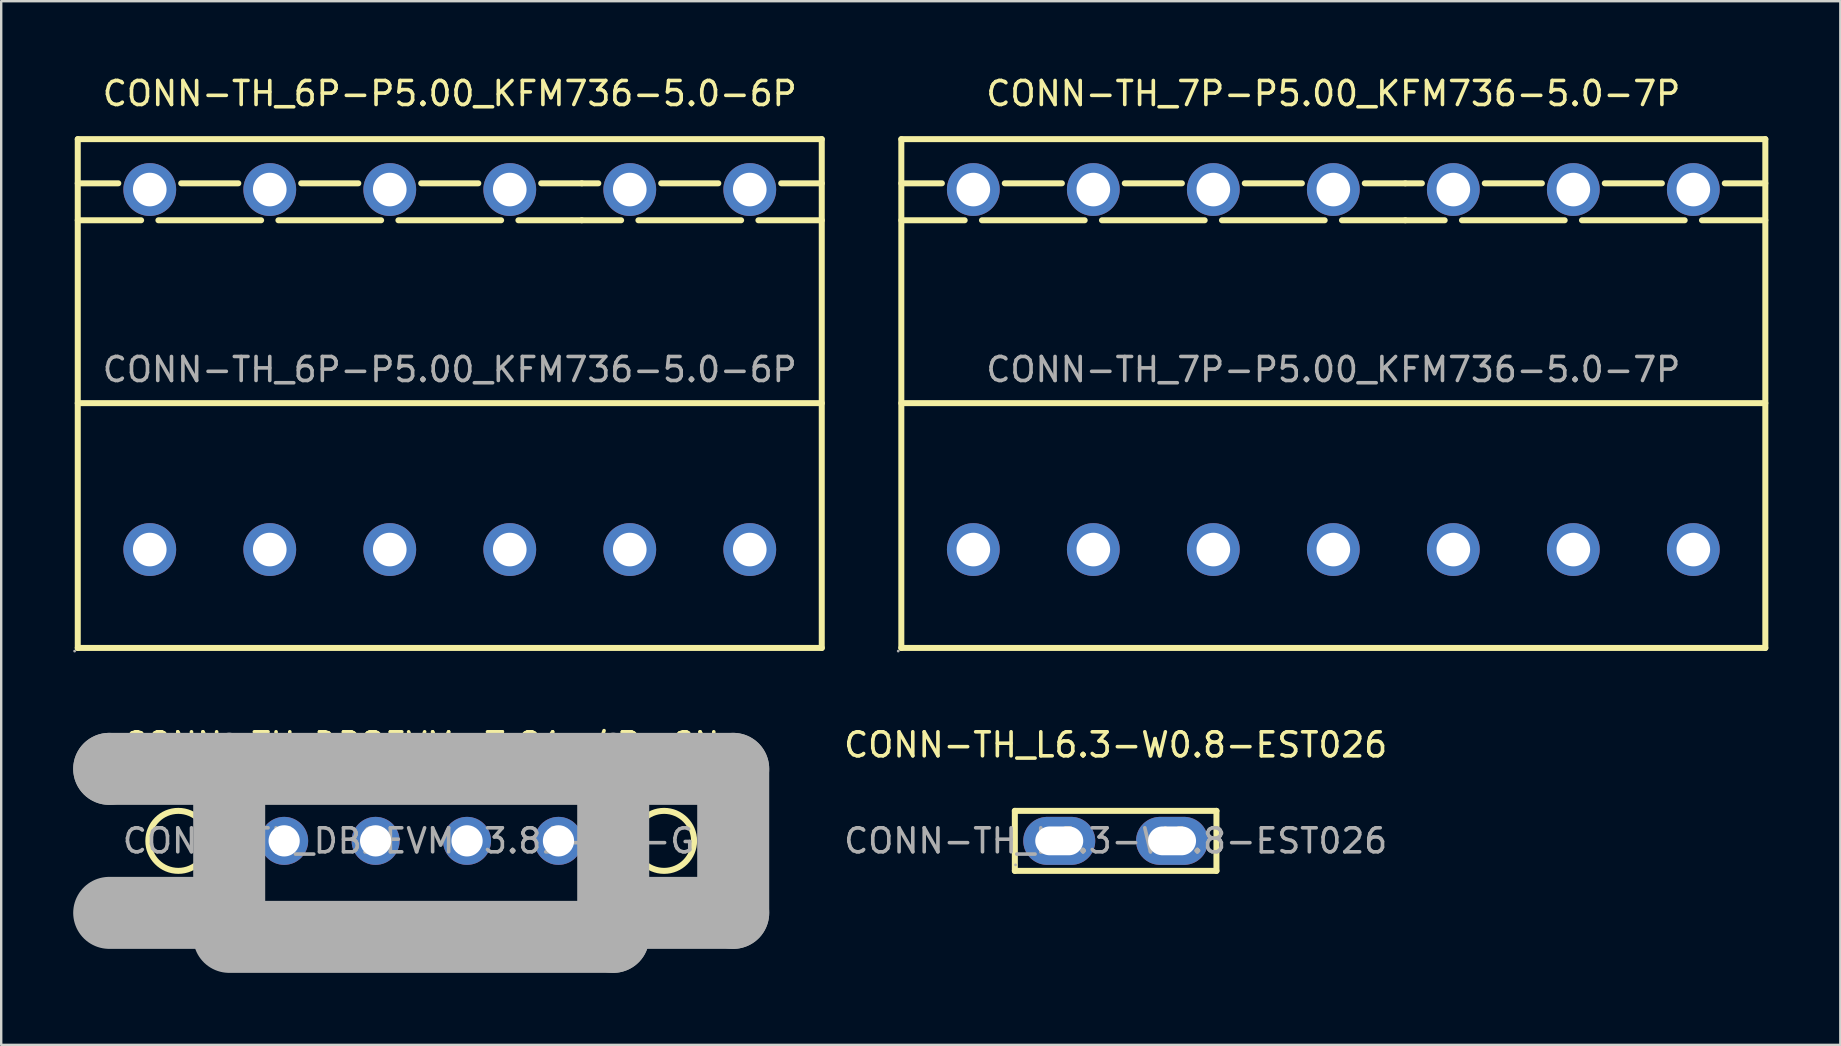
<source format=kicad_pcb>
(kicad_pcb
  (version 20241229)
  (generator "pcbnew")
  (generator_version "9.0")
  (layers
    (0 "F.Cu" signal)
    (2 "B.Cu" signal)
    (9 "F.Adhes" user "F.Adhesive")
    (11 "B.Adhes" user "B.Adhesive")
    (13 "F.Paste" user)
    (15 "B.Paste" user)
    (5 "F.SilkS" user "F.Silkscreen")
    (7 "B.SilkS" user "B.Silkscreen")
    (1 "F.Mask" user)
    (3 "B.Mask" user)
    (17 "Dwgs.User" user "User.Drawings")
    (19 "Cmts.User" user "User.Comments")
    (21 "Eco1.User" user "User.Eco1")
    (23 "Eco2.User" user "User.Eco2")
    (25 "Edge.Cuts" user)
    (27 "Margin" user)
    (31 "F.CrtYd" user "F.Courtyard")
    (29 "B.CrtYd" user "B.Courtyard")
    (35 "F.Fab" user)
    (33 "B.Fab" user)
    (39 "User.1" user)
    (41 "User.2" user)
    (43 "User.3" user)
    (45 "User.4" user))
  (footprint "CONN-TH_DB2EVM-3.81-4P-GN"
    (layer "F.Cu")
    (at 14.5 31.986)
    (property "Reference" "CONN-TH_DB2EVM-3.81-4P-GN" (at 0 -4 0) (layer "F.SilkS") (effects (font (size 1 1) (thickness 0.15))))
    (attr through_hole)
    (fp_circle (center -10.12 0) (end -8.87 0) (stroke (width 0.25) (type solid)) (fill no) (layer "F.SilkS"))
    (fp_circle (center 10.12 0) (end 11.37 0) (stroke (width 0.25) (type solid)) (fill no) (layer "F.SilkS"))
    (fp_line (start -13 -3) (end -13 -3) (stroke (width 3) (type solid)) (layer "F.Fab"))
    (fp_line (start -13 -3) (end -8 -3) (stroke (width 3) (type solid)) (layer "F.Fab"))
    (fp_line (start -8 -3) (end -8 -3) (stroke (width 3) (type solid)) (layer "F.Fab"))
    (fp_line (start -8 -3) (end -8 3) (stroke (width 3) (type solid)) (layer "F.Fab"))
    (fp_line (start -8 -3) (end 8 -3) (stroke (width 3) (type solid)) (layer "F.Fab"))
    (fp_line (start -8 3) (end -13 3) (stroke (width 3) (type solid)) (layer "F.Fab"))
    (fp_line (start 8 -3) (end 8 -3) (stroke (width 3) (type solid)) (layer "F.Fab"))
    (fp_line (start 8 -3) (end 8 4) (stroke (width 3) (type solid)) (layer "F.Fab"))
    (fp_line (start 8 -3) (end 13 -3) (stroke (width 3) (type solid)) (layer "F.Fab"))
    (fp_line (start 8 4) (end -8 4) (stroke (width 3) (type solid)) (layer "F.Fab"))
    (fp_line (start 13 -3) (end 13 3) (stroke (width 3) (type solid)) (layer "F.Fab"))
    (fp_line (start 13 3) (end 8 3) (stroke (width 3) (type solid)) (layer "F.Fab"))
    (fp_circle (center -13.13 4.13) (end -13.1 4.13) (stroke (width 0.06) (type solid)) (fill no) (layer "F.Fab"))
    (fp_circle (center -5.71 0) (end -5.43 0) (stroke (width 0.55) (type solid)) (fill no) (layer "F.Fab"))
    (fp_circle (center -1.9 0) (end -1.62 0) (stroke (width 0.55) (type solid)) (fill no) (layer "F.Fab"))
    (fp_circle (center 1.91 0) (end 2.19 0) (stroke (width 0.55) (type solid)) (fill no) (layer "F.Fab"))
    (fp_circle (center 5.72 0) (end 6 0) (stroke (width 0.55) (type solid)) (fill no) (layer "F.Fab"))
    (fp_text user "${REFERENCE}" (at 0 0 0) (layer "F.Fab") (effects (font (size 1 1) (thickness 0.15))))
    (pad "1" thru_hole circle (at -5.71 0) (size 2 2) (drill 1.3) (layers "*.Cu" "*.Mask"))
    (pad "2" thru_hole circle (at -1.9 0) (size 2 2) (drill 1.3) (layers "*.Cu" "*.Mask"))
    (pad "3" thru_hole circle (at 1.91 0) (size 2 2) (drill 1.3) (layers "*.Cu" "*.Mask"))
    (pad "4" thru_hole circle (at 5.72 0) (size 2 2) (drill 1.3) (layers "*.Cu" "*.Mask")))
  (footprint "CONN-TH_7P-P5.00_KFM736-5.0-7P"
    (layer "F.Cu")
    (at 52.505 12.348)
    (property "Reference" "CONN-TH_7P-P5.00_KFM736-5.0-7P" (at 0 -11.5 0) (layer "F.SilkS") (effects (font (size 1 1) (thickness 0.15))))
    (attr smd)
    (fp_line (start -18 -9.6) (end -18 11.6) (stroke (width 0.25) (type solid)) (layer "F.SilkS"))
    (fp_line (start -18 -9.6) (end 18 -9.6) (stroke (width 0.25) (type solid)) (layer "F.SilkS"))
    (fp_line (start -18 -7.76) (end -16.31 -7.76) (stroke (width 0.25) (type solid)) (layer "F.SilkS"))
    (fp_line (start -18 -6.22) (end -15.36 -6.22) (stroke (width 0.25) (type solid)) (layer "F.SilkS"))
    (fp_line (start -18 1.4) (end 18 1.4) (stroke (width 0.25) (type solid)) (layer "F.SilkS"))
    (fp_line (start -18 11.6) (end 18 11.6) (stroke (width 0.25) (type solid)) (layer "F.SilkS"))
    (fp_line (start -14.64 -6.22) (end -10.36 -6.22) (stroke (width 0.25) (type solid)) (layer "F.SilkS"))
    (fp_line (start -13.69 -7.76) (end -11.31 -7.76) (stroke (width 0.25) (type solid)) (layer "F.SilkS"))
    (fp_line (start -9.64 -6.22) (end -5.36 -6.22) (stroke (width 0.25) (type solid)) (layer "F.SilkS"))
    (fp_line (start -8.69 -7.76) (end -6.31 -7.76) (stroke (width 0.25) (type solid)) (layer "F.SilkS"))
    (fp_line (start -4.64 -6.22) (end -0.36 -6.22) (stroke (width 0.25) (type solid)) (layer "F.SilkS"))
    (fp_line (start -3.69 -7.76) (end -1.31 -7.76) (stroke (width 0.25) (type solid)) (layer "F.SilkS"))
    (fp_line (start 0.36 -6.22) (end 3 -6.22) (stroke (width 0.25) (type solid)) (layer "F.SilkS"))
    (fp_line (start 1.31 -7.76) (end 3 -7.76) (stroke (width 0.25) (type solid)) (layer "F.SilkS"))
    (fp_line (start 3 -7.76) (end 3.69 -7.76) (stroke (width 0.25) (type solid)) (layer "F.SilkS"))
    (fp_line (start 3 -6.22) (end 4.64 -6.22) (stroke (width 0.25) (type solid)) (layer "F.SilkS"))
    (fp_line (start 5.36 -6.22) (end 9.64 -6.22) (stroke (width 0.25) (type solid)) (layer "F.SilkS"))
    (fp_line (start 6.31 -7.76) (end 8.69 -7.76) (stroke (width 0.25) (type solid)) (layer "F.SilkS"))
    (fp_line (start 10.36 -6.22) (end 14.64 -6.22) (stroke (width 0.25) (type solid)) (layer "F.SilkS"))
    (fp_line (start 11.31 -7.76) (end 13.69 -7.76) (stroke (width 0.25) (type solid)) (layer "F.SilkS"))
    (fp_line (start 15.36 -6.22) (end 18 -6.22) (stroke (width 0.25) (type solid)) (layer "F.SilkS"))
    (fp_line (start 16.31 -7.76) (end 18 -7.76) (stroke (width 0.25) (type solid)) (layer "F.SilkS"))
    (fp_line (start 18 -9.6) (end 18 11.6) (stroke (width 0.25) (type solid)) (layer "F.SilkS"))
    (fp_circle (center -18.13 11.73) (end -18.1 11.73) (stroke (width 0.06) (type solid)) (fill no) (layer "F.Fab"))
    (fp_circle (center -15 -7.5) (end -14.7 -7.5) (stroke (width 0.6) (type solid)) (fill no) (layer "F.Fab"))
    (fp_circle (center -15 7.5) (end -14.7 7.5) (stroke (width 0.6) (type solid)) (fill no) (layer "F.Fab"))
    (fp_circle (center -10 -7.5) (end -9.7 -7.5) (stroke (width 0.6) (type solid)) (fill no) (layer "F.Fab"))
    (fp_circle (center -10 7.5) (end -9.7 7.5) (stroke (width 0.6) (type solid)) (fill no) (layer "F.Fab"))
    (fp_circle (center -5 -7.5) (end -4.7 -7.5) (stroke (width 0.6) (type solid)) (fill no) (layer "F.Fab"))
    (fp_circle (center -5 7.5) (end -4.7 7.5) (stroke (width 0.6) (type solid)) (fill no) (layer "F.Fab"))
    (fp_circle (center 0 -7.5) (end 0.3 -7.5) (stroke (width 0.6) (type solid)) (fill no) (layer "F.Fab"))
    (fp_circle (center 0 7.5) (end 0.3 7.5) (stroke (width 0.6) (type solid)) (fill no) (layer "F.Fab"))
    (fp_circle (center 5 -7.5) (end 5.3 -7.5) (stroke (width 0.6) (type solid)) (fill no) (layer "F.Fab"))
    (fp_circle (center 5 7.5) (end 5.3 7.5) (stroke (width 0.6) (type solid)) (fill no) (layer "F.Fab"))
    (fp_circle (center 10 -7.5) (end 10.3 -7.5) (stroke (width 0.6) (type solid)) (fill no) (layer "F.Fab"))
    (fp_circle (center 10 7.5) (end 10.3 7.5) (stroke (width 0.6) (type solid)) (fill no) (layer "F.Fab"))
    (fp_circle (center 15 -7.5) (end 15.3 -7.5) (stroke (width 0.6) (type solid)) (fill no) (layer "F.Fab"))
    (fp_circle (center 15 7.5) (end 15.3 7.5) (stroke (width 0.6) (type solid)) (fill no) (layer "F.Fab"))
    (fp_text user "${REFERENCE}" (at 0 0 0) (layer "F.Fab") (effects (font (size 1 1) (thickness 0.15))))
    (pad "1" thru_hole circle (at -15 -7.5) (size 2.2 2.2) (drill 1.4) (layers "*.Cu" "*.Paste" "*.Mask"))
    (pad "1" thru_hole circle (at -15 7.5) (size 2.2 2.2) (drill 1.4) (layers "*.Cu" "*.Paste" "*.Mask"))
    (pad "2" thru_hole circle (at -10 -7.5) (size 2.2 2.2) (drill 1.4) (layers "*.Cu" "*.Paste" "*.Mask"))
    (pad "2" thru_hole circle (at -10 7.5) (size 2.2 2.2) (drill 1.4) (layers "*.Cu" "*.Paste" "*.Mask"))
    (pad "3" thru_hole circle (at -5 -7.5) (size 2.2 2.2) (drill 1.4) (layers "*.Cu" "*.Paste" "*.Mask"))
    (pad "3" thru_hole circle (at -5 7.5) (size 2.2 2.2) (drill 1.4) (layers "*.Cu" "*.Paste" "*.Mask"))
    (pad "4" thru_hole circle (at 0 -7.5) (size 2.2 2.2) (drill 1.4) (layers "*.Cu" "*.Paste" "*.Mask"))
    (pad "4" thru_hole circle (at 0 7.5) (size 2.2 2.2) (drill 1.4) (layers "*.Cu" "*.Paste" "*.Mask"))
    (pad "5" thru_hole circle (at 5 -7.5) (size 2.2 2.2) (drill 1.4) (layers "*.Cu" "*.Paste" "*.Mask"))
    (pad "5" thru_hole circle (at 5 7.5) (size 2.2 2.2) (drill 1.4) (layers "*.Cu" "*.Paste" "*.Mask"))
    (pad "6" thru_hole circle (at 10 -7.5) (size 2.2 2.2) (drill 1.4) (layers "*.Cu" "*.Paste" "*.Mask"))
    (pad "6" thru_hole circle (at 10 7.5) (size 2.2 2.2) (drill 1.4) (layers "*.Cu" "*.Paste" "*.Mask"))
    (pad "7" thru_hole circle (at 15 -7.5) (size 2.2 2.2) (drill 1.4) (layers "*.Cu" "*.Paste" "*.Mask"))
    (pad "7" thru_hole circle (at 15 7.5) (size 2.2 2.2) (drill 1.4) (layers "*.Cu" "*.Paste" "*.Mask")))
  (footprint "CONN-TH_L6.3-W0.8-EST026"
    (layer "F.Cu")
    (at 43.435 31.986)
    (property "Reference" "CONN-TH_L6.3-W0.8-EST026" (at 0 -4 0) (layer "F.SilkS") (effects (font (size 1 1) (thickness 0.15))))
    (attr smd)
    (fp_line (start -4.2 -1.25) (end 4.2 -1.25) (stroke (width 0.25) (type solid)) (layer "F.SilkS"))
    (fp_line (start -4.2 1.25) (end -4.2 -1.25) (stroke (width 0.25) (type solid)) (layer "F.SilkS"))
    (fp_line (start 4.2 -1.25) (end 4.2 1.25) (stroke (width 0.25) (type solid)) (layer "F.SilkS"))
    (fp_line (start 4.2 1.25) (end -4.2 1.25) (stroke (width 0.25) (type solid)) (layer "F.SilkS"))
    (fp_circle (center -4.17 1) (end -4.14 1) (stroke (width 0.06) (type solid)) (fill no) (layer "F.Fab"))
    (fp_text user "${REFERENCE}" (at 0 0 0) (layer "F.Fab") (effects (font (size 1 1) (thickness 0.15))))
    (pad "1" thru_hole oval (at -2.35 0) (size 3 2) (drill oval 2 1.2) (layers "*.Cu" "*.Paste" "*.Mask"))
    (pad "2" thru_hole oval (at 2.35 0) (size 3 2) (drill oval 2 1.2) (layers "*.Cu" "*.Paste" "*.Mask")))
  (footprint "CONN-TH_6P-P5.00_KFM736-5.0-6P"
    (layer "F.Cu")
    (at 15.69 12.348)
    (property "Reference" "CONN-TH_6P-P5.00_KFM736-5.0-6P" (at 0 -11.5 0) (layer "F.SilkS") (effects (font (size 1 1) (thickness 0.15))))
    (attr smd)
    (fp_line (start -15.5 -9.6) (end -15.5 11.6) (stroke (width 0.25) (type solid)) (layer "F.SilkS"))
    (fp_line (start -15.5 -9.6) (end 15.5 -9.6) (stroke (width 0.25) (type solid)) (layer "F.SilkS"))
    (fp_line (start -15.5 -7.76) (end -13.81 -7.76) (stroke (width 0.25) (type solid)) (layer "F.SilkS"))
    (fp_line (start -15.5 -6.22) (end -12.86 -6.22) (stroke (width 0.25) (type solid)) (layer "F.SilkS"))
    (fp_line (start -15.5 1.4) (end 15.5 1.4) (stroke (width 0.25) (type solid)) (layer "F.SilkS"))
    (fp_line (start -15.5 11.6) (end 15.5 11.6) (stroke (width 0.25) (type solid)) (layer "F.SilkS"))
    (fp_line (start -12.14 -6.22) (end -7.86 -6.22) (stroke (width 0.25) (type solid)) (layer "F.SilkS"))
    (fp_line (start -11.19 -7.76) (end -8.81 -7.76) (stroke (width 0.25) (type solid)) (layer "F.SilkS"))
    (fp_line (start -7.14 -6.22) (end -2.86 -6.22) (stroke (width 0.25) (type solid)) (layer "F.SilkS"))
    (fp_line (start -6.19 -7.76) (end -3.81 -7.76) (stroke (width 0.25) (type solid)) (layer "F.SilkS"))
    (fp_line (start -2.14 -6.22) (end 2.14 -6.22) (stroke (width 0.25) (type solid)) (layer "F.SilkS"))
    (fp_line (start -1.19 -7.76) (end 1.19 -7.76) (stroke (width 0.25) (type solid)) (layer "F.SilkS"))
    (fp_line (start 2.86 -6.22) (end 5.5 -6.22) (stroke (width 0.25) (type solid)) (layer "F.SilkS"))
    (fp_line (start 3.81 -7.76) (end 5.5 -7.76) (stroke (width 0.25) (type solid)) (layer "F.SilkS"))
    (fp_line (start 5.5 -7.76) (end 6.19 -7.76) (stroke (width 0.25) (type solid)) (layer "F.SilkS"))
    (fp_line (start 5.5 -6.22) (end 7.14 -6.22) (stroke (width 0.25) (type solid)) (layer "F.SilkS"))
    (fp_line (start 7.86 -6.22) (end 12.14 -6.22) (stroke (width 0.25) (type solid)) (layer "F.SilkS"))
    (fp_line (start 8.81 -7.76) (end 11.19 -7.76) (stroke (width 0.25) (type solid)) (layer "F.SilkS"))
    (fp_line (start 12.86 -6.22) (end 15.5 -6.22) (stroke (width 0.25) (type solid)) (layer "F.SilkS"))
    (fp_line (start 13.81 -7.76) (end 15.5 -7.76) (stroke (width 0.25) (type solid)) (layer "F.SilkS"))
    (fp_line (start 15.5 -9.6) (end 15.5 11.6) (stroke (width 0.25) (type solid)) (layer "F.SilkS"))
    (fp_circle (center -15.63 11.73) (end -15.6 11.73) (stroke (width 0.06) (type solid)) (fill no) (layer "F.Fab"))
    (fp_circle (center -12.5 -7.5) (end -12.2 -7.5) (stroke (width 0.6) (type solid)) (fill no) (layer "F.Fab"))
    (fp_circle (center -12.5 7.5) (end -12.2 7.5) (stroke (width 0.6) (type solid)) (fill no) (layer "F.Fab"))
    (fp_circle (center -7.5 -7.5) (end -7.2 -7.5) (stroke (width 0.6) (type solid)) (fill no) (layer "F.Fab"))
    (fp_circle (center -7.5 7.5) (end -7.2 7.5) (stroke (width 0.6) (type solid)) (fill no) (layer "F.Fab"))
    (fp_circle (center -2.5 -7.5) (end -2.2 -7.5) (stroke (width 0.6) (type solid)) (fill no) (layer "F.Fab"))
    (fp_circle (center -2.5 7.5) (end -2.2 7.5) (stroke (width 0.6) (type solid)) (fill no) (layer "F.Fab"))
    (fp_circle (center 2.5 -7.5) (end 2.8 -7.5) (stroke (width 0.6) (type solid)) (fill no) (layer "F.Fab"))
    (fp_circle (center 2.5 7.5) (end 2.8 7.5) (stroke (width 0.6) (type solid)) (fill no) (layer "F.Fab"))
    (fp_circle (center 7.5 -7.5) (end 7.8 -7.5) (stroke (width 0.6) (type solid)) (fill no) (layer "F.Fab"))
    (fp_circle (center 7.5 7.5) (end 7.8 7.5) (stroke (width 0.6) (type solid)) (fill no) (layer "F.Fab"))
    (fp_circle (center 12.5 -7.5) (end 12.8 -7.5) (stroke (width 0.6) (type solid)) (fill no) (layer "F.Fab"))
    (fp_circle (center 12.5 7.5) (end 12.8 7.5) (stroke (width 0.6) (type solid)) (fill no) (layer "F.Fab"))
    (fp_text user "${REFERENCE}" (at 0 0 0) (layer "F.Fab") (effects (font (size 1 1) (thickness 0.15))))
    (pad "1" thru_hole circle (at -12.5 -7.5) (size 2.2 2.2) (drill 1.4) (layers "*.Cu" "*.Paste" "*.Mask"))
    (pad "1" thru_hole circle (at -12.5 7.5) (size 2.2 2.2) (drill 1.4) (layers "*.Cu" "*.Paste" "*.Mask"))
    (pad "2" thru_hole circle (at -7.5 -7.5) (size 2.2 2.2) (drill 1.4) (layers "*.Cu" "*.Paste" "*.Mask"))
    (pad "2" thru_hole circle (at -7.5 7.5) (size 2.2 2.2) (drill 1.4) (layers "*.Cu" "*.Paste" "*.Mask"))
    (pad "3" thru_hole circle (at -2.5 -7.5) (size 2.2 2.2) (drill 1.4) (layers "*.Cu" "*.Paste" "*.Mask"))
    (pad "3" thru_hole circle (at -2.5 7.5) (size 2.2 2.2) (drill 1.4) (layers "*.Cu" "*.Paste" "*.Mask"))
    (pad "4" thru_hole circle (at 2.5 -7.5) (size 2.2 2.2) (drill 1.4) (layers "*.Cu" "*.Paste" "*.Mask"))
    (pad "4" thru_hole circle (at 2.5 7.5) (size 2.2 2.2) (drill 1.4) (layers "*.Cu" "*.Paste" "*.Mask"))
    (pad "5" thru_hole circle (at 7.5 -7.5) (size 2.2 2.2) (drill 1.4) (layers "*.Cu" "*.Paste" "*.Mask"))
    (pad "5" thru_hole circle (at 7.5 7.5) (size 2.2 2.2) (drill 1.4) (layers "*.Cu" "*.Paste" "*.Mask"))
    (pad "6" thru_hole circle (at 12.5 -7.5) (size 2.2 2.2) (drill 1.4) (layers "*.Cu" "*.Paste" "*.Mask"))
    (pad "6" thru_hole circle (at 12.5 7.5) (size 2.2 2.2) (drill 1.4) (layers "*.Cu" "*.Paste" "*.Mask")))
  (gr_rect
    (start -3 -3)
    (end 73.63 40.486)
    (stroke (width 0.1) (type default))
    (fill no)
    (layer "Edge.Cuts")))
</source>
